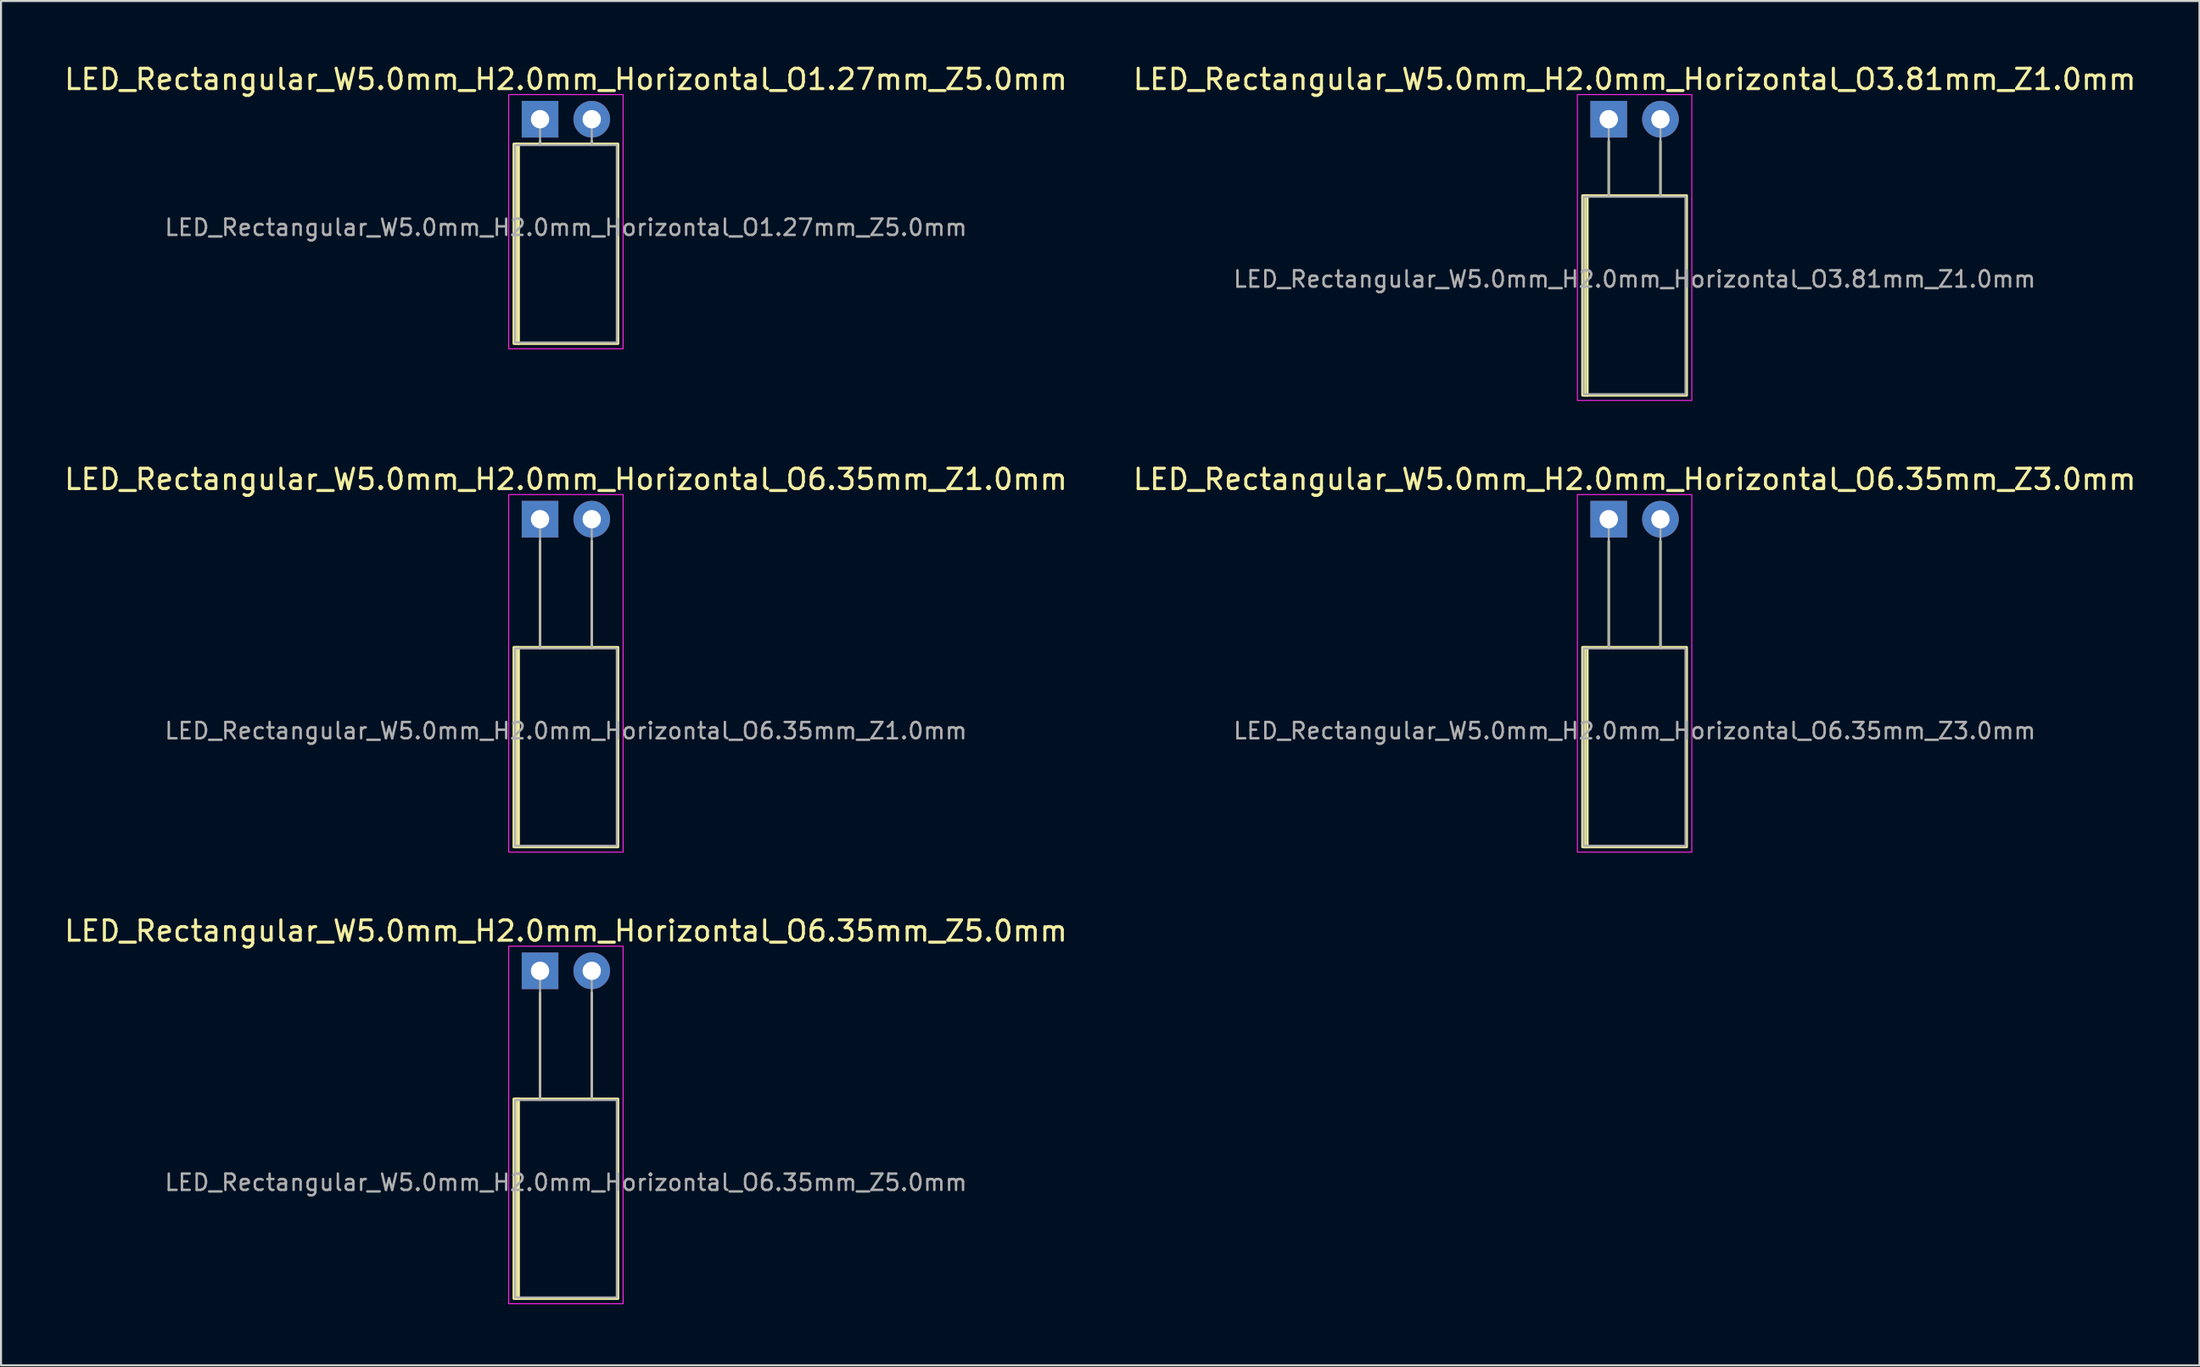
<source format=kicad_pcb>
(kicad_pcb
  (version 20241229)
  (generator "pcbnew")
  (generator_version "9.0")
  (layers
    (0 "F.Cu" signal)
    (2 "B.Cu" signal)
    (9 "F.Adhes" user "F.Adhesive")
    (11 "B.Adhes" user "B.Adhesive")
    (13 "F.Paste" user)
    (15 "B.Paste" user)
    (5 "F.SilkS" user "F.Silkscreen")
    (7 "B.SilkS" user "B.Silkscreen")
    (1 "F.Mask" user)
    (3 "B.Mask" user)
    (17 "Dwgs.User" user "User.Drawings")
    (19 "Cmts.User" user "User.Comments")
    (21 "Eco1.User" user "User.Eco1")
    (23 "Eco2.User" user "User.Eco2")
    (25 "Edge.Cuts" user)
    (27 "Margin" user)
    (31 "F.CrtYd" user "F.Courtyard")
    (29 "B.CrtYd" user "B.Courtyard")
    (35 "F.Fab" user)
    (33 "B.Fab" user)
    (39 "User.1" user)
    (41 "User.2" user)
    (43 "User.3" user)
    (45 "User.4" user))
  (footprint "LED_Rectangular_W5.0mm_H2.0mm_Horizontal_O6.35mm_Z5.0mm"
    (layer "F.Cu")
    (at 23.474 44.655)
    (property "Reference" "LED_Rectangular_W5.0mm_H2.0mm_Horizontal_O6.35mm_Z5.0mm" (at 1.27 -1.96 0) (layer "F.SilkS") (effects (font (size 1 1) (thickness 0.15))))
    (attr through_hole)
    (fp_line (start -1.17 6.29) (end -1.17 16.11) (stroke (width 0.12) (type solid)) (layer "F.SilkS"))
    (fp_line (start -1.05 6.29) (end -1.05 16.11) (stroke (width 0.12) (type solid)) (layer "F.SilkS"))
    (fp_rect (start -1.29 6.29) (end 3.83 16.11) (stroke (width 0.12) (type solid)) (fill no) (layer "F.SilkS"))
    (fp_rect (start 0 1.08) (end 0 6.29) (stroke (width 0.12) (type solid)) (fill no) (layer "F.SilkS"))
    (fp_rect (start 2.54 1.08) (end 2.54 6.29) (stroke (width 0.12) (type solid)) (fill no) (layer "F.SilkS"))
    (fp_rect (start -1.54 -1.21) (end 4.08 16.36) (stroke (width 0.05) (type solid)) (fill no) (layer "F.CrtYd"))
    (fp_rect (start -1.23 6.35) (end 3.77 16.05) (stroke (width 0.1) (type solid)) (fill no) (layer "F.Fab"))
    (fp_rect (start 0 0) (end 0 6.35) (stroke (width 0.1) (type solid)) (fill no) (layer "F.Fab"))
    (fp_rect (start 2.54 0) (end 2.54 6.35) (stroke (width 0.1) (type solid)) (fill no) (layer "F.Fab"))
    (fp_text user "${REFERENCE}" (at 1.27 10.4 0) (layer "F.Fab") (effects (font (size 0.8 0.8) (thickness 0.12))))
    (pad "1" thru_hole rect (at 0 0) (size 1.8 1.8) (drill 0.9) (layers "*.Cu" "*.Mask"))
    (pad "2" thru_hole circle (at 2.54 0) (size 1.8 1.8) (drill 0.9) (layers "*.Cu" "*.Mask")))
  (footprint "LED_Rectangular_W5.0mm_H2.0mm_Horizontal_O6.35mm_Z1.0mm"
    (layer "F.Cu")
    (at 23.474 22.462)
    (property "Reference" "LED_Rectangular_W5.0mm_H2.0mm_Horizontal_O6.35mm_Z1.0mm" (at 1.27 -1.96 0) (layer "F.SilkS") (effects (font (size 1 1) (thickness 0.15))))
    (attr through_hole)
    (fp_line (start -1.17 6.29) (end -1.17 16.11) (stroke (width 0.12) (type solid)) (layer "F.SilkS"))
    (fp_line (start -1.05 6.29) (end -1.05 16.11) (stroke (width 0.12) (type solid)) (layer "F.SilkS"))
    (fp_rect (start -1.29 6.29) (end 3.83 16.11) (stroke (width 0.12) (type solid)) (fill no) (layer "F.SilkS"))
    (fp_rect (start 0 1.08) (end 0 6.29) (stroke (width 0.12) (type solid)) (fill no) (layer "F.SilkS"))
    (fp_rect (start 2.54 1.08) (end 2.54 6.29) (stroke (width 0.12) (type solid)) (fill no) (layer "F.SilkS"))
    (fp_rect (start -1.54 -1.21) (end 4.08 16.36) (stroke (width 0.05) (type solid)) (fill no) (layer "F.CrtYd"))
    (fp_rect (start -1.23 6.35) (end 3.77 16.05) (stroke (width 0.1) (type solid)) (fill no) (layer "F.Fab"))
    (fp_rect (start 0 0) (end 0 6.35) (stroke (width 0.1) (type solid)) (fill no) (layer "F.Fab"))
    (fp_rect (start 2.54 0) (end 2.54 6.35) (stroke (width 0.1) (type solid)) (fill no) (layer "F.Fab"))
    (fp_text user "${REFERENCE}" (at 1.27 10.4 0) (layer "F.Fab") (effects (font (size 0.8 0.8) (thickness 0.12))))
    (pad "1" thru_hole rect (at 0 0) (size 1.8 1.8) (drill 0.9) (layers "*.Cu" "*.Mask"))
    (pad "2" thru_hole circle (at 2.54 0) (size 1.8 1.8) (drill 0.9) (layers "*.Cu" "*.Mask")))
  (footprint "LED_Rectangular_W5.0mm_H2.0mm_Horizontal_O6.35mm_Z3.0mm"
    (layer "F.Cu")
    (at 75.962 22.462)
    (property "Reference" "LED_Rectangular_W5.0mm_H2.0mm_Horizontal_O6.35mm_Z3.0mm" (at 1.27 -1.96 0) (layer "F.SilkS") (effects (font (size 1 1) (thickness 0.15))))
    (attr through_hole)
    (fp_line (start -1.17 6.29) (end -1.17 16.11) (stroke (width 0.12) (type solid)) (layer "F.SilkS"))
    (fp_line (start -1.05 6.29) (end -1.05 16.11) (stroke (width 0.12) (type solid)) (layer "F.SilkS"))
    (fp_rect (start -1.29 6.29) (end 3.83 16.11) (stroke (width 0.12) (type solid)) (fill no) (layer "F.SilkS"))
    (fp_rect (start 0 1.08) (end 0 6.29) (stroke (width 0.12) (type solid)) (fill no) (layer "F.SilkS"))
    (fp_rect (start 2.54 1.08) (end 2.54 6.29) (stroke (width 0.12) (type solid)) (fill no) (layer "F.SilkS"))
    (fp_rect (start -1.54 -1.21) (end 4.08 16.36) (stroke (width 0.05) (type solid)) (fill no) (layer "F.CrtYd"))
    (fp_rect (start -1.23 6.35) (end 3.77 16.05) (stroke (width 0.1) (type solid)) (fill no) (layer "F.Fab"))
    (fp_rect (start 0 0) (end 0 6.35) (stroke (width 0.1) (type solid)) (fill no) (layer "F.Fab"))
    (fp_rect (start 2.54 0) (end 2.54 6.35) (stroke (width 0.1) (type solid)) (fill no) (layer "F.Fab"))
    (fp_text user "${REFERENCE}" (at 1.27 10.4 0) (layer "F.Fab") (effects (font (size 0.8 0.8) (thickness 0.12))))
    (pad "1" thru_hole rect (at 0 0) (size 1.8 1.8) (drill 0.9) (layers "*.Cu" "*.Mask"))
    (pad "2" thru_hole circle (at 2.54 0) (size 1.8 1.8) (drill 0.9) (layers "*.Cu" "*.Mask")))
  (footprint "LED_Rectangular_W5.0mm_H2.0mm_Horizontal_O3.81mm_Z1.0mm"
    (layer "F.Cu")
    (at 75.962 2.808)
    (property "Reference" "LED_Rectangular_W5.0mm_H2.0mm_Horizontal_O3.81mm_Z1.0mm" (at 1.27 -1.96 0) (layer "F.SilkS") (effects (font (size 1 1) (thickness 0.15))))
    (attr through_hole)
    (fp_line (start -1.17 3.75) (end -1.17 13.57) (stroke (width 0.12) (type solid)) (layer "F.SilkS"))
    (fp_line (start -1.05 3.75) (end -1.05 13.57) (stroke (width 0.12) (type solid)) (layer "F.SilkS"))
    (fp_rect (start -1.29 3.75) (end 3.83 13.57) (stroke (width 0.12) (type solid)) (fill no) (layer "F.SilkS"))
    (fp_rect (start 0 1.08) (end 0 3.75) (stroke (width 0.12) (type solid)) (fill no) (layer "F.SilkS"))
    (fp_rect (start 2.54 1.08) (end 2.54 3.75) (stroke (width 0.12) (type solid)) (fill no) (layer "F.SilkS"))
    (fp_rect (start -1.54 -1.21) (end 4.08 13.82) (stroke (width 0.05) (type solid)) (fill no) (layer "F.CrtYd"))
    (fp_rect (start -1.23 3.81) (end 3.77 13.51) (stroke (width 0.1) (type solid)) (fill no) (layer "F.Fab"))
    (fp_rect (start 0 0) (end 0 3.81) (stroke (width 0.1) (type solid)) (fill no) (layer "F.Fab"))
    (fp_rect (start 2.54 0) (end 2.54 3.81) (stroke (width 0.1) (type solid)) (fill no) (layer "F.Fab"))
    (fp_text user "${REFERENCE}" (at 1.27 7.86 0) (layer "F.Fab") (effects (font (size 0.8 0.8) (thickness 0.12))))
    (pad "1" thru_hole rect (at 0 0) (size 1.8 1.8) (drill 0.9) (layers "*.Cu" "*.Mask"))
    (pad "2" thru_hole circle (at 2.54 0) (size 1.8 1.8) (drill 0.9) (layers "*.Cu" "*.Mask")))
  (footprint "LED_Rectangular_W5.0mm_H2.0mm_Horizontal_O1.27mm_Z5.0mm"
    (layer "F.Cu")
    (at 23.474 2.808)
    (property "Reference" "LED_Rectangular_W5.0mm_H2.0mm_Horizontal_O1.27mm_Z5.0mm" (at 1.27 -1.96 0) (layer "F.SilkS") (effects (font (size 1 1) (thickness 0.15))))
    (attr through_hole)
    (fp_line (start -1.17 1.21) (end -1.17 11.03) (stroke (width 0.12) (type solid)) (layer "F.SilkS"))
    (fp_line (start -1.05 1.21) (end -1.05 11.03) (stroke (width 0.12) (type solid)) (layer "F.SilkS"))
    (fp_rect (start -1.29 1.21) (end 3.83 11.03) (stroke (width 0.12) (type solid)) (fill no) (layer "F.SilkS"))
    (fp_rect (start 0 1.08) (end 0 1.21) (stroke (width 0.12) (type solid)) (fill no) (layer "F.SilkS"))
    (fp_rect (start 2.54 1.08) (end 2.54 1.21) (stroke (width 0.12) (type solid)) (fill no) (layer "F.SilkS"))
    (fp_rect (start -1.54 -1.21) (end 4.08 11.28) (stroke (width 0.05) (type solid)) (fill no) (layer "F.CrtYd"))
    (fp_rect (start -1.23 1.27) (end 3.77 10.97) (stroke (width 0.1) (type solid)) (fill no) (layer "F.Fab"))
    (fp_rect (start 0 0) (end 0 1.27) (stroke (width 0.1) (type solid)) (fill no) (layer "F.Fab"))
    (fp_rect (start 2.54 0) (end 2.54 1.27) (stroke (width 0.1) (type solid)) (fill no) (layer "F.Fab"))
    (fp_text user "${REFERENCE}" (at 1.27 5.32 0) (layer "F.Fab") (effects (font (size 0.8 0.8) (thickness 0.12))))
    (pad "1" thru_hole rect (at 0 0) (size 1.8 1.8) (drill 0.9) (layers "*.Cu" "*.Mask"))
    (pad "2" thru_hole circle (at 2.54 0) (size 1.8 1.8) (drill 0.9) (layers "*.Cu" "*.Mask")))
  (gr_rect
    (start -3 -3)
    (end 104.976 64.04)
    (stroke (width 0.1) (type default))
    (fill no)
    (layer "Edge.Cuts")))
</source>
